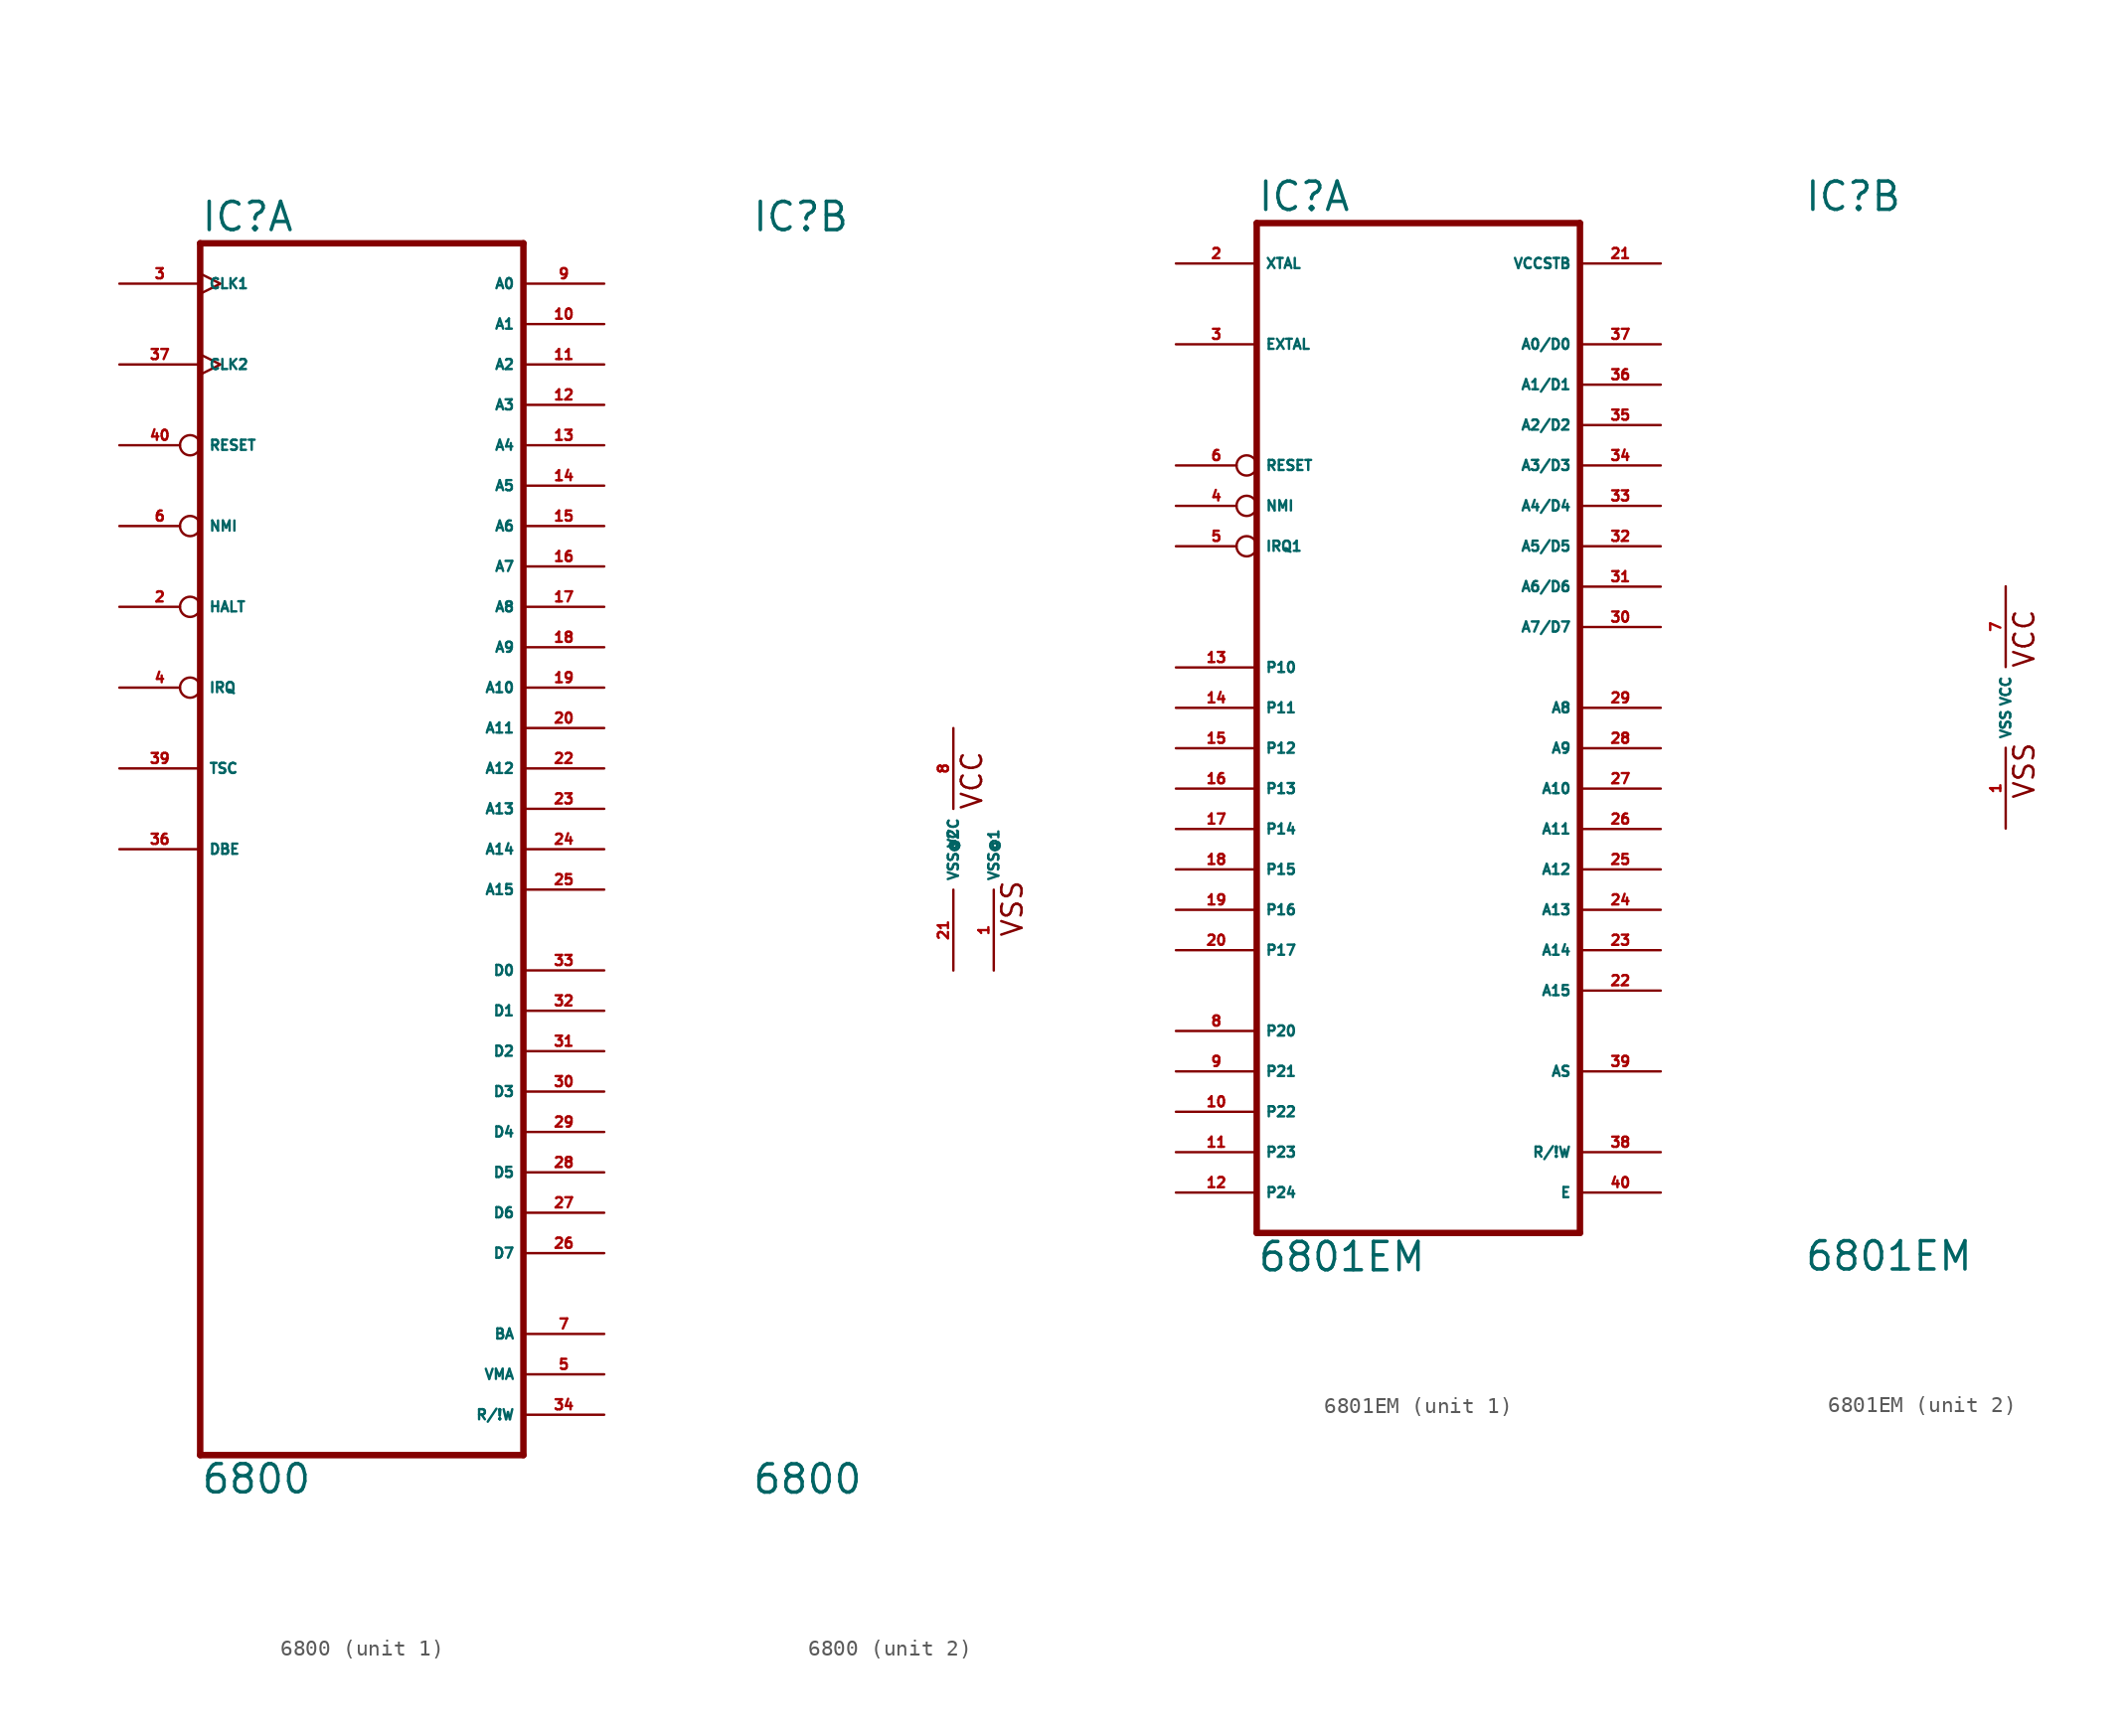
<source format=kicad_sym>
(kicad_symbol_lib
  (version 20220914)
  (generator Eagle2Kicad)
  (symbol "6800"
    (property "Reference" "IC"
      (at -12.7 38.735 0)
      (effects (font (size 1.778 1.778) (thickness 0.22)) (justify left bottom)))
    (property "Value" "6800"
      (at -12.7 -40.64 0)
      (effects (font (size 1.778 1.778) (thickness 0.22)) (justify left bottom)))
    (symbol "6800_1_0"
      (polyline (pts (xy -12.7 -38.1) (xy 7.62 -38.1)) (stroke (width 0.406) (type default)) (fill (type none)))
      (polyline (pts (xy 7.62 -38.1) (xy 7.62 38.1)) (stroke (width 0.406) (type default)) (fill (type none)))
      (polyline (pts (xy 7.62 38.1) (xy -12.7 38.1)) (stroke (width 0.406) (type default)) (fill (type none)))
      (polyline (pts (xy -12.7 38.1) (xy -12.7 -38.1)) (stroke (width 0.406) (type default)) (fill (type none)))
      (pin input inverted (at -17.78 15.24 0) (length 5.08) (name "HALT" (effects (font (size 0.635 0.635) (thickness 0.08)) (justify left bottom))) (number "2" (effects (font (size 0.635 0.635) (thickness 0.08)) (justify left bottom))))
      (pin input clock (at -17.78 35.56 0) (length 5.08) (name "CLK1" (effects (font (size 0.635 0.635) (thickness 0.08)) (justify left bottom))) (number "3" (effects (font (size 0.635 0.635) (thickness 0.08)) (justify left bottom))))
      (pin input inverted (at -17.78 10.16 0) (length 5.08) (name "IRQ" (effects (font (size 0.635 0.635) (thickness 0.08)) (justify left bottom))) (number "4" (effects (font (size 0.635 0.635) (thickness 0.08)) (justify left bottom))))
      (pin output line (at 12.7 -33.02 180) (length 5.08) (name "VMA" (effects (font (size 0.635 0.635) (thickness 0.08)) (justify left bottom))) (number "5" (effects (font (size 0.635 0.635) (thickness 0.08)) (justify left bottom))))
      (pin input inverted (at -17.78 20.32 0) (length 5.08) (name "NMI" (effects (font (size 0.635 0.635) (thickness 0.08)) (justify left bottom))) (number "6" (effects (font (size 0.635 0.635) (thickness 0.08)) (justify left bottom))))
      (pin output line (at 12.7 -30.48 180) (length 5.08) (name "BA" (effects (font (size 0.635 0.635) (thickness 0.08)) (justify left bottom))) (number "7" (effects (font (size 0.635 0.635) (thickness 0.08)) (justify left bottom))))
      (pin output line (at 12.7 35.56 180) (length 5.08) (name "A0" (effects (font (size 0.635 0.635) (thickness 0.08)) (justify left bottom))) (number "9" (effects (font (size 0.635 0.635) (thickness 0.08)) (justify left bottom))))
      (pin output line (at 12.7 33.02 180) (length 5.08) (name "A1" (effects (font (size 0.635 0.635) (thickness 0.08)) (justify left bottom))) (number "10" (effects (font (size 0.635 0.635) (thickness 0.08)) (justify left bottom))))
      (pin output line (at 12.7 30.48 180) (length 5.08) (name "A2" (effects (font (size 0.635 0.635) (thickness 0.08)) (justify left bottom))) (number "11" (effects (font (size 0.635 0.635) (thickness 0.08)) (justify left bottom))))
      (pin output line (at 12.7 27.94 180) (length 5.08) (name "A3" (effects (font (size 0.635 0.635) (thickness 0.08)) (justify left bottom))) (number "12" (effects (font (size 0.635 0.635) (thickness 0.08)) (justify left bottom))))
      (pin output line (at 12.7 25.4 180) (length 5.08) (name "A4" (effects (font (size 0.635 0.635) (thickness 0.08)) (justify left bottom))) (number "13" (effects (font (size 0.635 0.635) (thickness 0.08)) (justify left bottom))))
      (pin output line (at 12.7 22.86 180) (length 5.08) (name "A5" (effects (font (size 0.635 0.635) (thickness 0.08)) (justify left bottom))) (number "14" (effects (font (size 0.635 0.635) (thickness 0.08)) (justify left bottom))))
      (pin output line (at 12.7 20.32 180) (length 5.08) (name "A6" (effects (font (size 0.635 0.635) (thickness 0.08)) (justify left bottom))) (number "15" (effects (font (size 0.635 0.635) (thickness 0.08)) (justify left bottom))))
      (pin output line (at 12.7 17.78 180) (length 5.08) (name "A7" (effects (font (size 0.635 0.635) (thickness 0.08)) (justify left bottom))) (number "16" (effects (font (size 0.635 0.635) (thickness 0.08)) (justify left bottom))))
      (pin output line (at 12.7 15.24 180) (length 5.08) (name "A8" (effects (font (size 0.635 0.635) (thickness 0.08)) (justify left bottom))) (number "17" (effects (font (size 0.635 0.635) (thickness 0.08)) (justify left bottom))))
      (pin output line (at 12.7 12.7 180) (length 5.08) (name "A9" (effects (font (size 0.635 0.635) (thickness 0.08)) (justify left bottom))) (number "18" (effects (font (size 0.635 0.635) (thickness 0.08)) (justify left bottom))))
      (pin output line (at 12.7 10.16 180) (length 5.08) (name "A10" (effects (font (size 0.635 0.635) (thickness 0.08)) (justify left bottom))) (number "19" (effects (font (size 0.635 0.635) (thickness 0.08)) (justify left bottom))))
      (pin output line (at 12.7 7.62 180) (length 5.08) (name "A11" (effects (font (size 0.635 0.635) (thickness 0.08)) (justify left bottom))) (number "20" (effects (font (size 0.635 0.635) (thickness 0.08)) (justify left bottom))))
      (pin output line (at 12.7 5.08 180) (length 5.08) (name "A12" (effects (font (size 0.635 0.635) (thickness 0.08)) (justify left bottom))) (number "22" (effects (font (size 0.635 0.635) (thickness 0.08)) (justify left bottom))))
      (pin output line (at 12.7 2.54 180) (length 5.08) (name "A13" (effects (font (size 0.635 0.635) (thickness 0.08)) (justify left bottom))) (number "23" (effects (font (size 0.635 0.635) (thickness 0.08)) (justify left bottom))))
      (pin output line (at 12.7 0 180) (length 5.08) (name "A14" (effects (font (size 0.635 0.635) (thickness 0.08)) (justify left bottom))) (number "24" (effects (font (size 0.635 0.635) (thickness 0.08)) (justify left bottom))))
      (pin output line (at 12.7 -2.54 180) (length 5.08) (name "A15" (effects (font (size 0.635 0.635) (thickness 0.08)) (justify left bottom))) (number "25" (effects (font (size 0.635 0.635) (thickness 0.08)) (justify left bottom))))
      (pin bidirectional line (at 12.7 -25.4 180) (length 5.08) (name "D7" (effects (font (size 0.635 0.635) (thickness 0.08)) (justify left bottom))) (number "26" (effects (font (size 0.635 0.635) (thickness 0.08)) (justify left bottom))))
      (pin bidirectional line (at 12.7 -22.86 180) (length 5.08) (name "D6" (effects (font (size 0.635 0.635) (thickness 0.08)) (justify left bottom))) (number "27" (effects (font (size 0.635 0.635) (thickness 0.08)) (justify left bottom))))
      (pin bidirectional line (at 12.7 -20.32 180) (length 5.08) (name "D5" (effects (font (size 0.635 0.635) (thickness 0.08)) (justify left bottom))) (number "28" (effects (font (size 0.635 0.635) (thickness 0.08)) (justify left bottom))))
      (pin bidirectional line (at 12.7 -17.78 180) (length 5.08) (name "D4" (effects (font (size 0.635 0.635) (thickness 0.08)) (justify left bottom))) (number "29" (effects (font (size 0.635 0.635) (thickness 0.08)) (justify left bottom))))
      (pin bidirectional line (at 12.7 -15.24 180) (length 5.08) (name "D3" (effects (font (size 0.635 0.635) (thickness 0.08)) (justify left bottom))) (number "30" (effects (font (size 0.635 0.635) (thickness 0.08)) (justify left bottom))))
      (pin bidirectional line (at 12.7 -12.7 180) (length 5.08) (name "D2" (effects (font (size 0.635 0.635) (thickness 0.08)) (justify left bottom))) (number "31" (effects (font (size 0.635 0.635) (thickness 0.08)) (justify left bottom))))
      (pin bidirectional line (at 12.7 -10.16 180) (length 5.08) (name "D1" (effects (font (size 0.635 0.635) (thickness 0.08)) (justify left bottom))) (number "32" (effects (font (size 0.635 0.635) (thickness 0.08)) (justify left bottom))))
      (pin bidirectional line (at 12.7 -7.62 180) (length 5.08) (name "D0" (effects (font (size 0.635 0.635) (thickness 0.08)) (justify left bottom))) (number "33" (effects (font (size 0.635 0.635) (thickness 0.08)) (justify left bottom))))
      (pin output line (at 12.7 -35.56 180) (length 5.08) (name "R/!W" (effects (font (size 0.635 0.635) (thickness 0.08)) (justify left bottom))) (number "34" (effects (font (size 0.635 0.635) (thickness 0.08)) (justify left bottom))))
      (pin input line (at -17.78 0 0) (length 5.08) (name "DBE" (effects (font (size 0.635 0.635) (thickness 0.08)) (justify left bottom))) (number "36" (effects (font (size 0.635 0.635) (thickness 0.08)) (justify left bottom))))
      (pin input clock (at -17.78 30.48 0) (length 5.08) (name "CLK2" (effects (font (size 0.635 0.635) (thickness 0.08)) (justify left bottom))) (number "37" (effects (font (size 0.635 0.635) (thickness 0.08)) (justify left bottom))))
      (pin input line (at -17.78 5.08 0) (length 5.08) (name "TSC" (effects (font (size 0.635 0.635) (thickness 0.08)) (justify left bottom))) (number "39" (effects (font (size 0.635 0.635) (thickness 0.08)) (justify left bottom))))
      (pin input inverted (at -17.78 25.4 0) (length 5.08) (name "RESET" (effects (font (size 0.635 0.635) (thickness 0.08)) (justify left bottom))) (number "40" (effects (font (size 0.635 0.635) (thickness 0.08)) (justify left bottom)))))
    (symbol "6800_2_0"
      (text "VCC" (at 1.905 2.413 900) (effects (font (size 1.27 1.27) (thickness 0.16)) (justify left bottom)))
      (text "VSS" (at 4.445 -5.588 900) (effects (font (size 1.27 1.27) (thickness 0.16)) (justify left bottom)))
      (pin unspecified line (at 2.54 -7.62 90) (length 5.08) (name "VSS@1" (effects (font (size 0.635 0.635) (thickness 0.08)) (justify left bottom))) (number "1" (effects (font (size 0.635 0.635) (thickness 0.08)) (justify left bottom))))
      (pin unspecified line (at 0 7.62 270) (length 5.08) (name "VCC" (effects (font (size 0.635 0.635) (thickness 0.08)) (justify left bottom))) (number "8" (effects (font (size 0.635 0.635) (thickness 0.08)) (justify left bottom))))
      (pin unspecified line (at 0 -7.62 90) (length 5.08) (name "VSS@2" (effects (font (size 0.635 0.635) (thickness 0.08)) (justify left bottom))) (number "21" (effects (font (size 0.635 0.635) (thickness 0.08)) (justify left bottom))))))
  (symbol "6801EM"
    (property "Reference" "IC"
      (at -12.7 31.115 0)
      (effects (font (size 1.778 1.778) (thickness 0.22)) (justify left bottom)))
    (property "Value" "6801EM"
      (at -12.7 -35.56 0)
      (effects (font (size 1.778 1.778) (thickness 0.22)) (justify left bottom)))
    (symbol "6801EM_1_0"
      (polyline (pts (xy -12.7 -33.02) (xy 7.62 -33.02)) (stroke (width 0.406) (type default)) (fill (type none)))
      (polyline (pts (xy 7.62 -33.02) (xy 7.62 30.48)) (stroke (width 0.406) (type default)) (fill (type none)))
      (polyline (pts (xy 7.62 30.48) (xy -12.7 30.48)) (stroke (width 0.406) (type default)) (fill (type none)))
      (polyline (pts (xy -12.7 30.48) (xy -12.7 -33.02)) (stroke (width 0.406) (type default)) (fill (type none)))
      (pin input line (at -17.78 27.94 0) (length 5.08) (name "XTAL" (effects (font (size 0.635 0.635) (thickness 0.08)) (justify left bottom))) (number "2" (effects (font (size 0.635 0.635) (thickness 0.08)) (justify left bottom))))
      (pin input line (at -17.78 22.86 0) (length 5.08) (name "EXTAL" (effects (font (size 0.635 0.635) (thickness 0.08)) (justify left bottom))) (number "3" (effects (font (size 0.635 0.635) (thickness 0.08)) (justify left bottom))))
      (pin input inverted (at -17.78 12.7 0) (length 5.08) (name "NMI" (effects (font (size 0.635 0.635) (thickness 0.08)) (justify left bottom))) (number "4" (effects (font (size 0.635 0.635) (thickness 0.08)) (justify left bottom))))
      (pin input inverted (at -17.78 10.16 0) (length 5.08) (name "IRQ1" (effects (font (size 0.635 0.635) (thickness 0.08)) (justify left bottom))) (number "5" (effects (font (size 0.635 0.635) (thickness 0.08)) (justify left bottom))))
      (pin input inverted (at -17.78 15.24 0) (length 5.08) (name "RESET" (effects (font (size 0.635 0.635) (thickness 0.08)) (justify left bottom))) (number "6" (effects (font (size 0.635 0.635) (thickness 0.08)) (justify left bottom))))
      (pin bidirectional line (at -17.78 -20.32 0) (length 5.08) (name "P20" (effects (font (size 0.635 0.635) (thickness 0.08)) (justify left bottom))) (number "8" (effects (font (size 0.635 0.635) (thickness 0.08)) (justify left bottom))))
      (pin bidirectional line (at -17.78 -22.86 0) (length 5.08) (name "P21" (effects (font (size 0.635 0.635) (thickness 0.08)) (justify left bottom))) (number "9" (effects (font (size 0.635 0.635) (thickness 0.08)) (justify left bottom))))
      (pin bidirectional line (at -17.78 -25.4 0) (length 5.08) (name "P22" (effects (font (size 0.635 0.635) (thickness 0.08)) (justify left bottom))) (number "10" (effects (font (size 0.635 0.635) (thickness 0.08)) (justify left bottom))))
      (pin bidirectional line (at -17.78 -27.94 0) (length 5.08) (name "P23" (effects (font (size 0.635 0.635) (thickness 0.08)) (justify left bottom))) (number "11" (effects (font (size 0.635 0.635) (thickness 0.08)) (justify left bottom))))
      (pin bidirectional line (at -17.78 -30.48 0) (length 5.08) (name "P24" (effects (font (size 0.635 0.635) (thickness 0.08)) (justify left bottom))) (number "12" (effects (font (size 0.635 0.635) (thickness 0.08)) (justify left bottom))))
      (pin bidirectional line (at -17.78 2.54 0) (length 5.08) (name "P10" (effects (font (size 0.635 0.635) (thickness 0.08)) (justify left bottom))) (number "13" (effects (font (size 0.635 0.635) (thickness 0.08)) (justify left bottom))))
      (pin bidirectional line (at -17.78 0 0) (length 5.08) (name "P11" (effects (font (size 0.635 0.635) (thickness 0.08)) (justify left bottom))) (number "14" (effects (font (size 0.635 0.635) (thickness 0.08)) (justify left bottom))))
      (pin bidirectional line (at -17.78 -2.54 0) (length 5.08) (name "P12" (effects (font (size 0.635 0.635) (thickness 0.08)) (justify left bottom))) (number "15" (effects (font (size 0.635 0.635) (thickness 0.08)) (justify left bottom))))
      (pin bidirectional line (at -17.78 -5.08 0) (length 5.08) (name "P13" (effects (font (size 0.635 0.635) (thickness 0.08)) (justify left bottom))) (number "16" (effects (font (size 0.635 0.635) (thickness 0.08)) (justify left bottom))))
      (pin bidirectional line (at -17.78 -7.62 0) (length 5.08) (name "P14" (effects (font (size 0.635 0.635) (thickness 0.08)) (justify left bottom))) (number "17" (effects (font (size 0.635 0.635) (thickness 0.08)) (justify left bottom))))
      (pin bidirectional line (at -17.78 -10.16 0) (length 5.08) (name "P15" (effects (font (size 0.635 0.635) (thickness 0.08)) (justify left bottom))) (number "18" (effects (font (size 0.635 0.635) (thickness 0.08)) (justify left bottom))))
      (pin bidirectional line (at -17.78 -12.7 0) (length 5.08) (name "P16" (effects (font (size 0.635 0.635) (thickness 0.08)) (justify left bottom))) (number "19" (effects (font (size 0.635 0.635) (thickness 0.08)) (justify left bottom))))
      (pin bidirectional line (at -17.78 -15.24 0) (length 5.08) (name "P17" (effects (font (size 0.635 0.635) (thickness 0.08)) (justify left bottom))) (number "20" (effects (font (size 0.635 0.635) (thickness 0.08)) (justify left bottom))))
      (pin input line (at 12.7 27.94 180) (length 5.08) (name "VCCSTB" (effects (font (size 0.635 0.635) (thickness 0.08)) (justify left bottom))) (number "21" (effects (font (size 0.635 0.635) (thickness 0.08)) (justify left bottom))))
      (pin bidirectional line (at 12.7 -17.78 180) (length 5.08) (name "A15" (effects (font (size 0.635 0.635) (thickness 0.08)) (justify left bottom))) (number "22" (effects (font (size 0.635 0.635) (thickness 0.08)) (justify left bottom))))
      (pin bidirectional line (at 12.7 -15.24 180) (length 5.08) (name "A14" (effects (font (size 0.635 0.635) (thickness 0.08)) (justify left bottom))) (number "23" (effects (font (size 0.635 0.635) (thickness 0.08)) (justify left bottom))))
      (pin bidirectional line (at 12.7 -12.7 180) (length 5.08) (name "A13" (effects (font (size 0.635 0.635) (thickness 0.08)) (justify left bottom))) (number "24" (effects (font (size 0.635 0.635) (thickness 0.08)) (justify left bottom))))
      (pin bidirectional line (at 12.7 -10.16 180) (length 5.08) (name "A12" (effects (font (size 0.635 0.635) (thickness 0.08)) (justify left bottom))) (number "25" (effects (font (size 0.635 0.635) (thickness 0.08)) (justify left bottom))))
      (pin bidirectional line (at 12.7 -7.62 180) (length 5.08) (name "A11" (effects (font (size 0.635 0.635) (thickness 0.08)) (justify left bottom))) (number "26" (effects (font (size 0.635 0.635) (thickness 0.08)) (justify left bottom))))
      (pin bidirectional line (at 12.7 -5.08 180) (length 5.08) (name "A10" (effects (font (size 0.635 0.635) (thickness 0.08)) (justify left bottom))) (number "27" (effects (font (size 0.635 0.635) (thickness 0.08)) (justify left bottom))))
      (pin bidirectional line (at 12.7 -2.54 180) (length 5.08) (name "A9" (effects (font (size 0.635 0.635) (thickness 0.08)) (justify left bottom))) (number "28" (effects (font (size 0.635 0.635) (thickness 0.08)) (justify left bottom))))
      (pin bidirectional line (at 12.7 0 180) (length 5.08) (name "A8" (effects (font (size 0.635 0.635) (thickness 0.08)) (justify left bottom))) (number "29" (effects (font (size 0.635 0.635) (thickness 0.08)) (justify left bottom))))
      (pin bidirectional line (at 12.7 5.08 180) (length 5.08) (name "A7/D7" (effects (font (size 0.635 0.635) (thickness 0.08)) (justify left bottom))) (number "30" (effects (font (size 0.635 0.635) (thickness 0.08)) (justify left bottom))))
      (pin bidirectional line (at 12.7 7.62 180) (length 5.08) (name "A6/D6" (effects (font (size 0.635 0.635) (thickness 0.08)) (justify left bottom))) (number "31" (effects (font (size 0.635 0.635) (thickness 0.08)) (justify left bottom))))
      (pin bidirectional line (at 12.7 10.16 180) (length 5.08) (name "A5/D5" (effects (font (size 0.635 0.635) (thickness 0.08)) (justify left bottom))) (number "32" (effects (font (size 0.635 0.635) (thickness 0.08)) (justify left bottom))))
      (pin bidirectional line (at 12.7 12.7 180) (length 5.08) (name "A4/D4" (effects (font (size 0.635 0.635) (thickness 0.08)) (justify left bottom))) (number "33" (effects (font (size 0.635 0.635) (thickness 0.08)) (justify left bottom))))
      (pin bidirectional line (at 12.7 15.24 180) (length 5.08) (name "A3/D3" (effects (font (size 0.635 0.635) (thickness 0.08)) (justify left bottom))) (number "34" (effects (font (size 0.635 0.635) (thickness 0.08)) (justify left bottom))))
      (pin bidirectional line (at 12.7 17.78 180) (length 5.08) (name "A2/D2" (effects (font (size 0.635 0.635) (thickness 0.08)) (justify left bottom))) (number "35" (effects (font (size 0.635 0.635) (thickness 0.08)) (justify left bottom))))
      (pin bidirectional line (at 12.7 20.32 180) (length 5.08) (name "A1/D1" (effects (font (size 0.635 0.635) (thickness 0.08)) (justify left bottom))) (number "36" (effects (font (size 0.635 0.635) (thickness 0.08)) (justify left bottom))))
      (pin bidirectional line (at 12.7 22.86 180) (length 5.08) (name "A0/D0" (effects (font (size 0.635 0.635) (thickness 0.08)) (justify left bottom))) (number "37" (effects (font (size 0.635 0.635) (thickness 0.08)) (justify left bottom))))
      (pin output line (at 12.7 -27.94 180) (length 5.08) (name "R/!W" (effects (font (size 0.635 0.635) (thickness 0.08)) (justify left bottom))) (number "38" (effects (font (size 0.635 0.635) (thickness 0.08)) (justify left bottom))))
      (pin bidirectional line (at 12.7 -22.86 180) (length 5.08) (name "AS" (effects (font (size 0.635 0.635) (thickness 0.08)) (justify left bottom))) (number "39" (effects (font (size 0.635 0.635) (thickness 0.08)) (justify left bottom))))
      (pin output line (at 12.7 -30.48 180) (length 5.08) (name "E" (effects (font (size 0.635 0.635) (thickness 0.08)) (justify left bottom))) (number "40" (effects (font (size 0.635 0.635) (thickness 0.08)) (justify left bottom)))))
    (symbol "6801EM_2_0"
      (text "VSS" (at 1.905 -5.842 900) (effects (font (size 1.27 1.27) (thickness 0.16)) (justify left bottom)))
      (text "VCC" (at 1.905 2.413 900) (effects (font (size 1.27 1.27) (thickness 0.16)) (justify left bottom)))
      (pin unspecified line (at 0 -7.62 90) (length 5.08) (name "VSS" (effects (font (size 0.635 0.635) (thickness 0.08)) (justify left bottom))) (number "1" (effects (font (size 0.635 0.635) (thickness 0.08)) (justify left bottom))))
      (pin unspecified line (at 0 7.62 270) (length 5.08) (name "VCC" (effects (font (size 0.635 0.635) (thickness 0.08)) (justify left bottom))) (number "7" (effects (font (size 0.635 0.635) (thickness 0.08)) (justify left bottom)))))))
</source>
